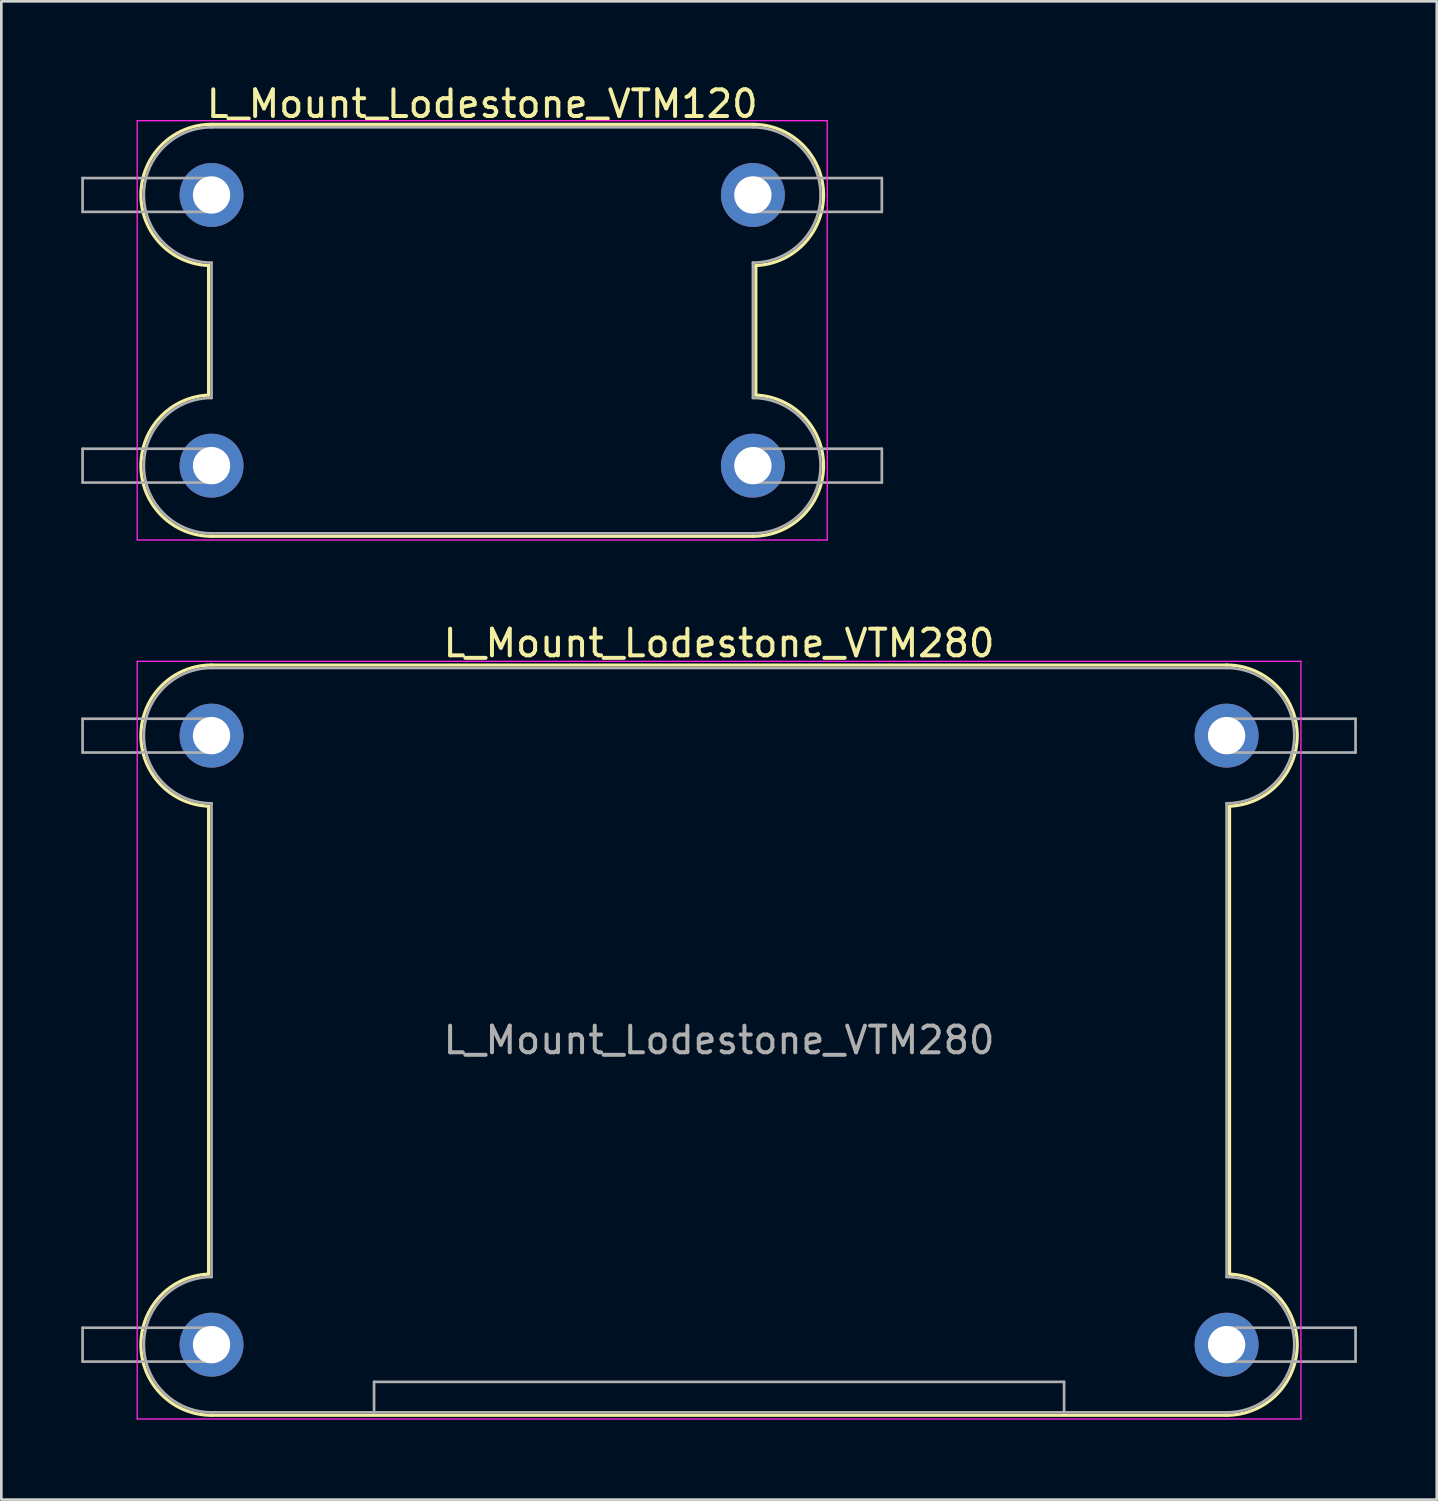
<source format=kicad_pcb>
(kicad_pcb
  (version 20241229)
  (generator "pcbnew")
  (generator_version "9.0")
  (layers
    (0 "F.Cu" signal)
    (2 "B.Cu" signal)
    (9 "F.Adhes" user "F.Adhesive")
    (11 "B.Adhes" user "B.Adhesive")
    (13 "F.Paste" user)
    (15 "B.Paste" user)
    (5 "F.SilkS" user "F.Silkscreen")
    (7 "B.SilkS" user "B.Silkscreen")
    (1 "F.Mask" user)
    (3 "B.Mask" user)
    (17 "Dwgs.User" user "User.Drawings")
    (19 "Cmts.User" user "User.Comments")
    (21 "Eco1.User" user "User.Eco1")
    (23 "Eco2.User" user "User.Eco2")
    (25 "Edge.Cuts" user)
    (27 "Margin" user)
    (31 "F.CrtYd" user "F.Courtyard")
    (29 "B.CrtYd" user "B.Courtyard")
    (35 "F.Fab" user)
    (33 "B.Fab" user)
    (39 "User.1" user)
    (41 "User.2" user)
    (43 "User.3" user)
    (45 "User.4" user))
  (footprint "L_Mount_Lodestone_VTM280"
    (layer "F.Cu")
    (at 4.89 47.422)
    (property "Reference" "L_Mount_Lodestone_VTM280" (at 19.05 -26.33 0) (layer "F.SilkS") (effects (font (size 1 1) (thickness 0.15))))
    (attr through_hole)
    (fp_line (start -0.11 -2.65) (end -0.11 -20.21) (stroke (width 0.12) (type solid)) (layer "F.SilkS"))
    (fp_line (start 0 -25.51) (end 38.1 -25.51) (stroke (width 0.12) (type solid)) (layer "F.SilkS"))
    (fp_line (start 0 2.65) (end 38.1 2.65) (stroke (width 0.12) (type solid)) (layer "F.SilkS"))
    (fp_line (start 38.21 -2.65) (end 38.21 -20.21) (stroke (width 0.12) (type solid)) (layer "F.SilkS"))
    (fp_arc (start -0.11097 -20.212325) (mid -2.649418 -22.915497) (end 0 -25.51) (stroke (width 0.12) (type solid)) (layer "F.SilkS"))
    (fp_arc (start 0 2.65) (mid -2.649419 0.055497) (end -0.11097 -2.647675) (stroke (width 0.12) (type solid)) (layer "F.SilkS"))
    (fp_arc (start 38.1 -25.51) (mid 40.749419 -22.915497) (end 38.21097 -20.212325) (stroke (width 0.12) (type solid)) (layer "F.SilkS"))
    (fp_arc (start 38.21097 -2.647675) (mid 40.749418 0.055497) (end 38.1 2.65) (stroke (width 0.12) (type solid)) (layer "F.SilkS"))
    (fp_line (start -2.79 -25.65) (end 40.89 -25.65) (stroke (width 0.05) (type solid)) (layer "F.CrtYd"))
    (fp_line (start -2.79 2.79) (end -2.79 -25.65) (stroke (width 0.05) (type solid)) (layer "F.CrtYd"))
    (fp_line (start -2.79 2.79) (end 40.89 2.79) (stroke (width 0.05) (type solid)) (layer "F.CrtYd"))
    (fp_line (start 40.89 2.79) (end 40.89 -25.65) (stroke (width 0.05) (type solid)) (layer "F.CrtYd"))
    (fp_line (start -4.84 -23.495) (end 0 -23.495) (stroke (width 0.1) (type solid)) (layer "F.Fab"))
    (fp_line (start -4.84 -22.225) (end -4.84 -23.495) (stroke (width 0.1) (type solid)) (layer "F.Fab"))
    (fp_line (start -4.84 -0.635) (end 0 -0.635) (stroke (width 0.1) (type solid)) (layer "F.Fab"))
    (fp_line (start -4.84 0.635) (end -4.84 -0.635) (stroke (width 0.1) (type solid)) (layer "F.Fab"))
    (fp_line (start 0 -25.4) (end 38.1 -25.4) (stroke (width 0.1) (type solid)) (layer "F.Fab"))
    (fp_line (start 0 -22.225) (end -4.84 -22.225) (stroke (width 0.1) (type solid)) (layer "F.Fab"))
    (fp_line (start 0 -2.54) (end 0 -20.32) (stroke (width 0.1) (type solid)) (layer "F.Fab"))
    (fp_line (start 0 0.635) (end -4.84 0.635) (stroke (width 0.1) (type solid)) (layer "F.Fab"))
    (fp_line (start 0 2.54) (end 38.1 2.54) (stroke (width 0.1) (type solid)) (layer "F.Fab"))
    (fp_line (start 6.1 1.395) (end 6.1 2.54) (stroke (width 0.1) (type solid)) (layer "F.Fab"))
    (fp_line (start 6.1 1.395) (end 32 1.395) (stroke (width 0.1) (type solid)) (layer "F.Fab"))
    (fp_line (start 32 1.395) (end 32 2.54) (stroke (width 0.1) (type solid)) (layer "F.Fab"))
    (fp_line (start 38.1 -23.495) (end 42.94 -23.495) (stroke (width 0.1) (type solid)) (layer "F.Fab"))
    (fp_line (start 38.1 -2.54) (end 38.1 -20.32) (stroke (width 0.1) (type solid)) (layer "F.Fab"))
    (fp_line (start 38.1 -0.635) (end 42.94 -0.635) (stroke (width 0.1) (type solid)) (layer "F.Fab"))
    (fp_line (start 42.94 -23.495) (end 42.94 -22.225) (stroke (width 0.1) (type solid)) (layer "F.Fab"))
    (fp_line (start 42.94 -22.225) (end 38.1 -22.225) (stroke (width 0.1) (type solid)) (layer "F.Fab"))
    (fp_line (start 42.94 -0.635) (end 42.94 0.635) (stroke (width 0.1) (type solid)) (layer "F.Fab"))
    (fp_line (start 42.94 0.635) (end 38.1 0.635) (stroke (width 0.1) (type solid)) (layer "F.Fab"))
    (fp_arc (start 0 -23.495) (mid 0.635 -22.86) (end 0 -22.225) (stroke (width 0.1) (type solid)) (layer "F.Fab"))
    (fp_arc (start 0 -20.32) (mid -2.54 -22.86) (end 0 -25.4) (stroke (width 0.1) (type solid)) (layer "F.Fab"))
    (fp_arc (start 0 -0.635) (mid 0.635 0) (end 0 0.635) (stroke (width 0.1) (type solid)) (layer "F.Fab"))
    (fp_arc (start 0 2.54) (mid -2.54 0) (end 0 -2.54) (stroke (width 0.1) (type solid)) (layer "F.Fab"))
    (fp_arc (start 38.1 -25.4) (mid 40.64 -22.86) (end 38.1 -20.32) (stroke (width 0.1) (type solid)) (layer "F.Fab"))
    (fp_arc (start 38.1 -22.225) (mid 37.465 -22.86) (end 38.1 -23.495) (stroke (width 0.1) (type solid)) (layer "F.Fab"))
    (fp_arc (start 38.1 -2.54) (mid 40.64 0) (end 38.1 2.54) (stroke (width 0.1) (type solid)) (layer "F.Fab"))
    (fp_arc (start 38.1 0.635) (mid 37.465 0) (end 38.1 -0.635) (stroke (width 0.1) (type solid)) (layer "F.Fab"))
    (fp_text user "${REFERENCE}" (at 19.05 -11.43 0) (layer "F.Fab") (effects (font (size 1 1) (thickness 0.15))))
    (pad "1" thru_hole circle (at 0 0) (size 2.4 2.4) (drill 1.4) (layers "*.Cu" "*.Mask"))
    (pad "2" thru_hole circle (at 38.1 -22.86) (size 2.4 2.4) (drill 1.4) (layers "*.Cu" "*.Mask"))
    (pad "3" thru_hole circle (at 0 -22.86) (size 2.4 2.4) (drill 1.4) (layers "*.Cu" "*.Mask"))
    (pad "4" thru_hole circle (at 38.1 0) (size 2.4 2.4) (drill 1.4) (layers "*.Cu" "*.Mask")))
  (footprint "L_Mount_Lodestone_VTM120"
    (layer "F.Cu")
    (at 15.05 9.348)
    (property "Reference" "L_Mount_Lodestone_VTM120" (at 0 -8.5 0) (layer "F.SilkS") (effects (font (size 1 1) (thickness 0.15))))
    (attr through_hole)
    (fp_line (start -10.27 2.43) (end -10.27 -2.43) (stroke (width 0.12) (type solid)) (layer "F.SilkS"))
    (fp_line (start -10.16 -7.73) (end 10.16 -7.73) (stroke (width 0.12) (type solid)) (layer "F.SilkS"))
    (fp_line (start -10.16 7.73) (end 10.16 7.73) (stroke (width 0.12) (type solid)) (layer "F.SilkS"))
    (fp_line (start 10.27 2.43) (end 10.27 -2.43) (stroke (width 0.12) (type solid)) (layer "F.SilkS"))
    (fp_arc (start -10.27097 -2.432325) (mid -12.809418 -5.135497) (end -10.16 -7.73) (stroke (width 0.12) (type solid)) (layer "F.SilkS"))
    (fp_arc (start -10.16 7.73) (mid -12.809419 5.135497) (end -10.27097 2.432325) (stroke (width 0.12) (type solid)) (layer "F.SilkS"))
    (fp_arc (start 10.16 -7.73) (mid 12.809419 -5.135497) (end 10.27097 -2.432325) (stroke (width 0.12) (type solid)) (layer "F.SilkS"))
    (fp_arc (start 10.27097 2.432325) (mid 12.809418 5.135497) (end 10.16 7.73) (stroke (width 0.12) (type solid)) (layer "F.SilkS"))
    (fp_line (start -12.95 -7.87) (end 12.95 -7.87) (stroke (width 0.05) (type solid)) (layer "F.CrtYd"))
    (fp_line (start -12.95 7.87) (end -12.95 -7.87) (stroke (width 0.05) (type solid)) (layer "F.CrtYd"))
    (fp_line (start -12.95 7.87) (end 12.95 7.87) (stroke (width 0.05) (type solid)) (layer "F.CrtYd"))
    (fp_line (start 12.95 7.87) (end 12.95 -7.87) (stroke (width 0.05) (type solid)) (layer "F.CrtYd"))
    (fp_line (start -15 -5.715) (end -10.16 -5.715) (stroke (width 0.1) (type solid)) (layer "F.Fab"))
    (fp_line (start -15 -4.445) (end -15 -5.715) (stroke (width 0.1) (type solid)) (layer "F.Fab"))
    (fp_line (start -15 4.445) (end -10.16 4.445) (stroke (width 0.1) (type solid)) (layer "F.Fab"))
    (fp_line (start -15 5.715) (end -15 4.445) (stroke (width 0.1) (type solid)) (layer "F.Fab"))
    (fp_line (start -10.16 -7.62) (end 10.16 -7.62) (stroke (width 0.1) (type solid)) (layer "F.Fab"))
    (fp_line (start -10.16 -4.445) (end -15 -4.445) (stroke (width 0.1) (type solid)) (layer "F.Fab"))
    (fp_line (start -10.16 2.54) (end -10.16 -2.54) (stroke (width 0.1) (type solid)) (layer "F.Fab"))
    (fp_line (start -10.16 5.715) (end -15 5.715) (stroke (width 0.1) (type solid)) (layer "F.Fab"))
    (fp_line (start -10.16 7.62) (end 10.16 7.62) (stroke (width 0.1) (type solid)) (layer "F.Fab"))
    (fp_line (start 10.16 -5.715) (end 15 -5.715) (stroke (width 0.1) (type solid)) (layer "F.Fab"))
    (fp_line (start 10.16 2.54) (end 10.16 -2.54) (stroke (width 0.1) (type solid)) (layer "F.Fab"))
    (fp_line (start 10.16 4.445) (end 15 4.445) (stroke (width 0.1) (type solid)) (layer "F.Fab"))
    (fp_line (start 15 -5.715) (end 15 -4.445) (stroke (width 0.1) (type solid)) (layer "F.Fab"))
    (fp_line (start 15 -4.445) (end 10.16 -4.445) (stroke (width 0.1) (type solid)) (layer "F.Fab"))
    (fp_line (start 15 4.445) (end 15 5.715) (stroke (width 0.1) (type solid)) (layer "F.Fab"))
    (fp_line (start 15 5.715) (end 10.16 5.715) (stroke (width 0.1) (type solid)) (layer "F.Fab"))
    (fp_arc (start -10.16 -5.715) (mid -9.525 -5.08) (end -10.16 -4.445) (stroke (width 0.1) (type solid)) (layer "F.Fab"))
    (fp_arc (start -10.16 -2.54) (mid -12.7 -5.08) (end -10.16 -7.62) (stroke (width 0.1) (type solid)) (layer "F.Fab"))
    (fp_arc (start -10.16 4.445) (mid -9.525 5.08) (end -10.16 5.715) (stroke (width 0.1) (type solid)) (layer "F.Fab"))
    (fp_arc (start -10.16 7.62) (mid -12.7 5.08) (end -10.16 2.54) (stroke (width 0.1) (type solid)) (layer "F.Fab"))
    (fp_arc (start 10.16 -7.62) (mid 12.7 -5.08) (end 10.16 -2.54) (stroke (width 0.1) (type solid)) (layer "F.Fab"))
    (fp_arc (start 10.16 -4.445) (mid 9.525 -5.08) (end 10.16 -5.715) (stroke (width 0.1) (type solid)) (layer "F.Fab"))
    (fp_arc (start 10.16 2.54) (mid 12.7 5.08) (end 10.16 7.62) (stroke (width 0.1) (type solid)) (layer "F.Fab"))
    (fp_arc (start 10.16 5.715) (mid 9.525 5.08) (end 10.16 4.445) (stroke (width 0.1) (type solid)) (layer "F.Fab"))
    (pad "1" thru_hole circle (at -10.16 5.08) (size 2.4 2.4) (drill 1.4) (layers "*.Cu" "*.Mask"))
    (pad "2" thru_hole circle (at 10.16 -5.08) (size 2.4 2.4) (drill 1.4) (layers "*.Cu" "*.Mask"))
    (pad "3" thru_hole circle (at -10.16 -5.08) (size 2.4 2.4) (drill 1.4) (layers "*.Cu" "*.Mask"))
    (pad "4" thru_hole circle (at 10.16 5.08) (size 2.4 2.4) (drill 1.4) (layers "*.Cu" "*.Mask")))
  (gr_rect
    (start -3 -3)
    (end 50.88 53.236)
    (stroke (width 0.1) (type default))
    (fill no)
    (layer "Edge.Cuts")))
</source>
